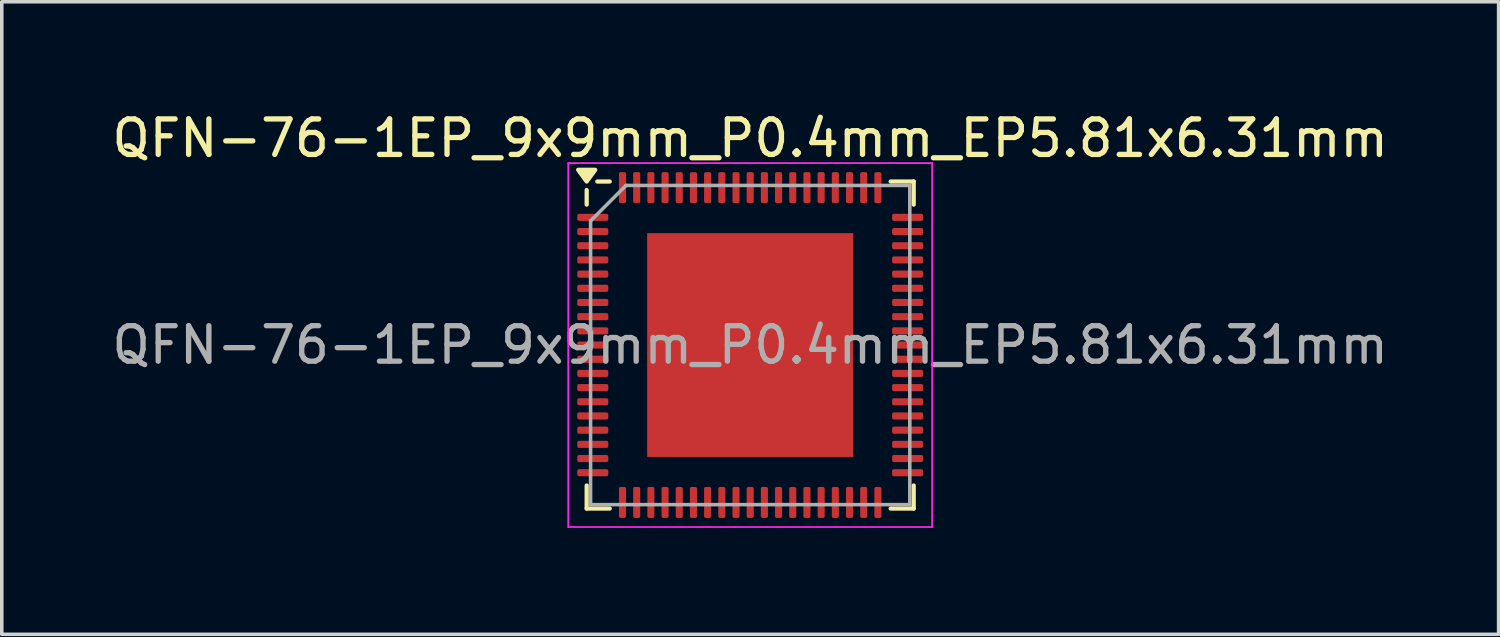
<source format=kicad_pcb>
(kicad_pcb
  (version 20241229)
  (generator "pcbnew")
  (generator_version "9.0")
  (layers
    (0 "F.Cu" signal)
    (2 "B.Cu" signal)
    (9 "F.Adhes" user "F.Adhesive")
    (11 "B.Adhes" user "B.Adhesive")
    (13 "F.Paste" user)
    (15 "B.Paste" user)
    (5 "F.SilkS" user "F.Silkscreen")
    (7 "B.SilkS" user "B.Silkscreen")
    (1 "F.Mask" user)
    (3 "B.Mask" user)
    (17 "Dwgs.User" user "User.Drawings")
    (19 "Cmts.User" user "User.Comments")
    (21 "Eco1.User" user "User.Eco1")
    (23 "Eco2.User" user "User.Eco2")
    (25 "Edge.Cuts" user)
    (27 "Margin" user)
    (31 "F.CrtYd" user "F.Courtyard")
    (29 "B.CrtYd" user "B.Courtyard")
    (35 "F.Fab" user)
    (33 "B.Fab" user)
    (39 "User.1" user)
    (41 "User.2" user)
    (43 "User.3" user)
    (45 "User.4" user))
  (footprint "QFN-76-1EP_9x9mm_P0.4mm_EP5.81x6.31mm"
    (layer "F.Cu")
    (at 18.101 6.678)
    (property "Reference" "QFN-76-1EP_9x9mm_P0.4mm_EP5.81x6.31mm" (at 0 -5.83 0) (layer "F.SilkS") (effects (font (size 1 1) (thickness 0.15))))
    (attr smd)
    (fp_line (start -4.61 -3.96) (end -4.61 -4.37) (stroke (width 0.12) (type solid)) (layer "F.SilkS"))
    (fp_line (start -4.61 4.61) (end -4.61 3.96) (stroke (width 0.12) (type solid)) (layer "F.SilkS"))
    (fp_line (start -3.96 -4.61) (end -4.31 -4.61) (stroke (width 0.12) (type solid)) (layer "F.SilkS"))
    (fp_line (start -3.96 4.61) (end -4.61 4.61) (stroke (width 0.12) (type solid)) (layer "F.SilkS"))
    (fp_line (start 3.96 -4.61) (end 4.61 -4.61) (stroke (width 0.12) (type solid)) (layer "F.SilkS"))
    (fp_line (start 3.96 4.61) (end 4.61 4.61) (stroke (width 0.12) (type solid)) (layer "F.SilkS"))
    (fp_line (start 4.61 -4.61) (end 4.61 -3.96) (stroke (width 0.12) (type solid)) (layer "F.SilkS"))
    (fp_line (start 4.61 4.61) (end 4.61 3.96) (stroke (width 0.12) (type solid)) (layer "F.SilkS"))
    (fp_poly (pts (xy -4.61 -4.61) (xy -4.85 -4.94) (xy -4.37 -4.94) (xy -4.61 -4.61)) (stroke (width 0.12) (type solid)) (fill yes) (layer "F.SilkS"))
    (fp_line (start -5.13 -5.13) (end -5.13 5.13) (stroke (width 0.05) (type solid)) (layer "F.CrtYd"))
    (fp_line (start -5.13 5.13) (end 5.13 5.13) (stroke (width 0.05) (type solid)) (layer "F.CrtYd"))
    (fp_line (start 5.13 -5.13) (end -5.13 -5.13) (stroke (width 0.05) (type solid)) (layer "F.CrtYd"))
    (fp_line (start 5.13 5.13) (end 5.13 -5.13) (stroke (width 0.05) (type solid)) (layer "F.CrtYd"))
    (fp_line (start -4.5 -3.5) (end -3.5 -4.5) (stroke (width 0.1) (type solid)) (layer "F.Fab"))
    (fp_line (start -4.5 4.5) (end -4.5 -3.5) (stroke (width 0.1) (type solid)) (layer "F.Fab"))
    (fp_line (start -3.5 -4.5) (end 4.5 -4.5) (stroke (width 0.1) (type solid)) (layer "F.Fab"))
    (fp_line (start 4.5 -4.5) (end 4.5 4.5) (stroke (width 0.1) (type solid)) (layer "F.Fab"))
    (fp_line (start 4.5 4.5) (end -4.5 4.5) (stroke (width 0.1) (type solid)) (layer "F.Fab"))
    (fp_text user "${REFERENCE}" (at 0 0 0) (layer "F.Fab") (effects (font (size 1 1) (thickness 0.15))))
    (pad "" smd roundrect (at 0 0) (size 4.68 5.09) (layers "F.Paste") (roundrect_rratio 0.053))
    (pad "1" smd roundrect (at -4.438 -3.6) (size 0.875 0.2) (layers "F.Cu" "F.Mask" "F.Paste") (roundrect_rratio 0.25))
    (pad "2" smd roundrect (at -4.438 -3.2) (size 0.875 0.2) (layers "F.Cu" "F.Mask" "F.Paste") (roundrect_rratio 0.25))
    (pad "3" smd roundrect (at -4.438 -2.8) (size 0.875 0.2) (layers "F.Cu" "F.Mask" "F.Paste") (roundrect_rratio 0.25))
    (pad "4" smd roundrect (at -4.438 -2.4) (size 0.875 0.2) (layers "F.Cu" "F.Mask" "F.Paste") (roundrect_rratio 0.25))
    (pad "5" smd roundrect (at -4.438 -2) (size 0.875 0.2) (layers "F.Cu" "F.Mask" "F.Paste") (roundrect_rratio 0.25))
    (pad "6" smd roundrect (at -4.438 -1.6) (size 0.875 0.2) (layers "F.Cu" "F.Mask" "F.Paste") (roundrect_rratio 0.25))
    (pad "7" smd roundrect (at -4.438 -1.2) (size 0.875 0.2) (layers "F.Cu" "F.Mask" "F.Paste") (roundrect_rratio 0.25))
    (pad "8" smd roundrect (at -4.438 -0.8) (size 0.875 0.2) (layers "F.Cu" "F.Mask" "F.Paste") (roundrect_rratio 0.25))
    (pad "9" smd roundrect (at -4.438 -0.4) (size 0.875 0.2) (layers "F.Cu" "F.Mask" "F.Paste") (roundrect_rratio 0.25))
    (pad "10" smd roundrect (at -4.438 0) (size 0.875 0.2) (layers "F.Cu" "F.Mask" "F.Paste") (roundrect_rratio 0.25))
    (pad "11" smd roundrect (at -4.438 0.4) (size 0.875 0.2) (layers "F.Cu" "F.Mask" "F.Paste") (roundrect_rratio 0.25))
    (pad "12" smd roundrect (at -4.438 0.8) (size 0.875 0.2) (layers "F.Cu" "F.Mask" "F.Paste") (roundrect_rratio 0.25))
    (pad "13" smd roundrect (at -4.438 1.2) (size 0.875 0.2) (layers "F.Cu" "F.Mask" "F.Paste") (roundrect_rratio 0.25))
    (pad "14" smd roundrect (at -4.438 1.6) (size 0.875 0.2) (layers "F.Cu" "F.Mask" "F.Paste") (roundrect_rratio 0.25))
    (pad "15" smd roundrect (at -4.438 2) (size 0.875 0.2) (layers "F.Cu" "F.Mask" "F.Paste") (roundrect_rratio 0.25))
    (pad "16" smd roundrect (at -4.438 2.4) (size 0.875 0.2) (layers "F.Cu" "F.Mask" "F.Paste") (roundrect_rratio 0.25))
    (pad "17" smd roundrect (at -4.438 2.8) (size 0.875 0.2) (layers "F.Cu" "F.Mask" "F.Paste") (roundrect_rratio 0.25))
    (pad "18" smd roundrect (at -4.438 3.2) (size 0.875 0.2) (layers "F.Cu" "F.Mask" "F.Paste") (roundrect_rratio 0.25))
    (pad "19" smd roundrect (at -4.438 3.6) (size 0.875 0.2) (layers "F.Cu" "F.Mask" "F.Paste") (roundrect_rratio 0.25))
    (pad "20" smd roundrect (at -3.6 4.438) (size 0.2 0.875) (layers "F.Cu" "F.Mask" "F.Paste") (roundrect_rratio 0.25))
    (pad "21" smd roundrect (at -3.2 4.438) (size 0.2 0.875) (layers "F.Cu" "F.Mask" "F.Paste") (roundrect_rratio 0.25))
    (pad "22" smd roundrect (at -2.8 4.438) (size 0.2 0.875) (layers "F.Cu" "F.Mask" "F.Paste") (roundrect_rratio 0.25))
    (pad "23" smd roundrect (at -2.4 4.438) (size 0.2 0.875) (layers "F.Cu" "F.Mask" "F.Paste") (roundrect_rratio 0.25))
    (pad "24" smd roundrect (at -2 4.438) (size 0.2 0.875) (layers "F.Cu" "F.Mask" "F.Paste") (roundrect_rratio 0.25))
    (pad "25" smd roundrect (at -1.6 4.438) (size 0.2 0.875) (layers "F.Cu" "F.Mask" "F.Paste") (roundrect_rratio 0.25))
    (pad "26" smd roundrect (at -1.2 4.438) (size 0.2 0.875) (layers "F.Cu" "F.Mask" "F.Paste") (roundrect_rratio 0.25))
    (pad "27" smd roundrect (at -0.8 4.438) (size 0.2 0.875) (layers "F.Cu" "F.Mask" "F.Paste") (roundrect_rratio 0.25))
    (pad "28" smd roundrect (at -0.4 4.438) (size 0.2 0.875) (layers "F.Cu" "F.Mask" "F.Paste") (roundrect_rratio 0.25))
    (pad "29" smd roundrect (at 0 4.438) (size 0.2 0.875) (layers "F.Cu" "F.Mask" "F.Paste") (roundrect_rratio 0.25))
    (pad "30" smd roundrect (at 0.4 4.438) (size 0.2 0.875) (layers "F.Cu" "F.Mask" "F.Paste") (roundrect_rratio 0.25))
    (pad "31" smd roundrect (at 0.8 4.438) (size 0.2 0.875) (layers "F.Cu" "F.Mask" "F.Paste") (roundrect_rratio 0.25))
    (pad "32" smd roundrect (at 1.2 4.438) (size 0.2 0.875) (layers "F.Cu" "F.Mask" "F.Paste") (roundrect_rratio 0.25))
    (pad "33" smd roundrect (at 1.6 4.438) (size 0.2 0.875) (layers "F.Cu" "F.Mask" "F.Paste") (roundrect_rratio 0.25))
    (pad "34" smd roundrect (at 2 4.438) (size 0.2 0.875) (layers "F.Cu" "F.Mask" "F.Paste") (roundrect_rratio 0.25))
    (pad "35" smd roundrect (at 2.4 4.438) (size 0.2 0.875) (layers "F.Cu" "F.Mask" "F.Paste") (roundrect_rratio 0.25))
    (pad "36" smd roundrect (at 2.8 4.438) (size 0.2 0.875) (layers "F.Cu" "F.Mask" "F.Paste") (roundrect_rratio 0.25))
    (pad "37" smd roundrect (at 3.2 4.438) (size 0.2 0.875) (layers "F.Cu" "F.Mask" "F.Paste") (roundrect_rratio 0.25))
    (pad "38" smd roundrect (at 3.6 4.438) (size 0.2 0.875) (layers "F.Cu" "F.Mask" "F.Paste") (roundrect_rratio 0.25))
    (pad "39" smd roundrect (at 4.438 3.6) (size 0.875 0.2) (layers "F.Cu" "F.Mask" "F.Paste") (roundrect_rratio 0.25))
    (pad "40" smd roundrect (at 4.438 3.2) (size 0.875 0.2) (layers "F.Cu" "F.Mask" "F.Paste") (roundrect_rratio 0.25))
    (pad "41" smd roundrect (at 4.438 2.8) (size 0.875 0.2) (layers "F.Cu" "F.Mask" "F.Paste") (roundrect_rratio 0.25))
    (pad "42" smd roundrect (at 4.438 2.4) (size 0.875 0.2) (layers "F.Cu" "F.Mask" "F.Paste") (roundrect_rratio 0.25))
    (pad "43" smd roundrect (at 4.438 2) (size 0.875 0.2) (layers "F.Cu" "F.Mask" "F.Paste") (roundrect_rratio 0.25))
    (pad "44" smd roundrect (at 4.438 1.6) (size 0.875 0.2) (layers "F.Cu" "F.Mask" "F.Paste") (roundrect_rratio 0.25))
    (pad "45" smd roundrect (at 4.438 1.2) (size 0.875 0.2) (layers "F.Cu" "F.Mask" "F.Paste") (roundrect_rratio 0.25))
    (pad "46" smd roundrect (at 4.438 0.8) (size 0.875 0.2) (layers "F.Cu" "F.Mask" "F.Paste") (roundrect_rratio 0.25))
    (pad "47" smd roundrect (at 4.438 0.4) (size 0.875 0.2) (layers "F.Cu" "F.Mask" "F.Paste") (roundrect_rratio 0.25))
    (pad "48" smd roundrect (at 4.438 0) (size 0.875 0.2) (layers "F.Cu" "F.Mask" "F.Paste") (roundrect_rratio 0.25))
    (pad "49" smd roundrect (at 4.438 -0.4) (size 0.875 0.2) (layers "F.Cu" "F.Mask" "F.Paste") (roundrect_rratio 0.25))
    (pad "50" smd roundrect (at 4.438 -0.8) (size 0.875 0.2) (layers "F.Cu" "F.Mask" "F.Paste") (roundrect_rratio 0.25))
    (pad "51" smd roundrect (at 4.438 -1.2) (size 0.875 0.2) (layers "F.Cu" "F.Mask" "F.Paste") (roundrect_rratio 0.25))
    (pad "52" smd roundrect (at 4.438 -1.6) (size 0.875 0.2) (layers "F.Cu" "F.Mask" "F.Paste") (roundrect_rratio 0.25))
    (pad "53" smd roundrect (at 4.438 -2) (size 0.875 0.2) (layers "F.Cu" "F.Mask" "F.Paste") (roundrect_rratio 0.25))
    (pad "54" smd roundrect (at 4.438 -2.4) (size 0.875 0.2) (layers "F.Cu" "F.Mask" "F.Paste") (roundrect_rratio 0.25))
    (pad "55" smd roundrect (at 4.438 -2.8) (size 0.875 0.2) (layers "F.Cu" "F.Mask" "F.Paste") (roundrect_rratio 0.25))
    (pad "56" smd roundrect (at 4.438 -3.2) (size 0.875 0.2) (layers "F.Cu" "F.Mask" "F.Paste") (roundrect_rratio 0.25))
    (pad "57" smd roundrect (at 4.438 -3.6) (size 0.875 0.2) (layers "F.Cu" "F.Mask" "F.Paste") (roundrect_rratio 0.25))
    (pad "58" smd roundrect (at 3.6 -4.438) (size 0.2 0.875) (layers "F.Cu" "F.Mask" "F.Paste") (roundrect_rratio 0.25))
    (pad "59" smd roundrect (at 3.2 -4.438) (size 0.2 0.875) (layers "F.Cu" "F.Mask" "F.Paste") (roundrect_rratio 0.25))
    (pad "60" smd roundrect (at 2.8 -4.438) (size 0.2 0.875) (layers "F.Cu" "F.Mask" "F.Paste") (roundrect_rratio 0.25))
    (pad "61" smd roundrect (at 2.4 -4.438) (size 0.2 0.875) (layers "F.Cu" "F.Mask" "F.Paste") (roundrect_rratio 0.25))
    (pad "62" smd roundrect (at 2 -4.438) (size 0.2 0.875) (layers "F.Cu" "F.Mask" "F.Paste") (roundrect_rratio 0.25))
    (pad "63" smd roundrect (at 1.6 -4.438) (size 0.2 0.875) (layers "F.Cu" "F.Mask" "F.Paste") (roundrect_rratio 0.25))
    (pad "64" smd roundrect (at 1.2 -4.438) (size 0.2 0.875) (layers "F.Cu" "F.Mask" "F.Paste") (roundrect_rratio 0.25))
    (pad "65" smd roundrect (at 0.8 -4.438) (size 0.2 0.875) (layers "F.Cu" "F.Mask" "F.Paste") (roundrect_rratio 0.25))
    (pad "66" smd roundrect (at 0.4 -4.438) (size 0.2 0.875) (layers "F.Cu" "F.Mask" "F.Paste") (roundrect_rratio 0.25))
    (pad "67" smd roundrect (at 0 -4.438) (size 0.2 0.875) (layers "F.Cu" "F.Mask" "F.Paste") (roundrect_rratio 0.25))
    (pad "68" smd roundrect (at -0.4 -4.438) (size 0.2 0.875) (layers "F.Cu" "F.Mask" "F.Paste") (roundrect_rratio 0.25))
    (pad "69" smd roundrect (at -0.8 -4.438) (size 0.2 0.875) (layers "F.Cu" "F.Mask" "F.Paste") (roundrect_rratio 0.25))
    (pad "70" smd roundrect (at -1.2 -4.438) (size 0.2 0.875) (layers "F.Cu" "F.Mask" "F.Paste") (roundrect_rratio 0.25))
    (pad "71" smd roundrect (at -1.6 -4.438) (size 0.2 0.875) (layers "F.Cu" "F.Mask" "F.Paste") (roundrect_rratio 0.25))
    (pad "72" smd roundrect (at -2 -4.438) (size 0.2 0.875) (layers "F.Cu" "F.Mask" "F.Paste") (roundrect_rratio 0.25))
    (pad "73" smd roundrect (at -2.4 -4.438) (size 0.2 0.875) (layers "F.Cu" "F.Mask" "F.Paste") (roundrect_rratio 0.25))
    (pad "74" smd roundrect (at -2.8 -4.438) (size 0.2 0.875) (layers "F.Cu" "F.Mask" "F.Paste") (roundrect_rratio 0.25))
    (pad "75" smd roundrect (at -3.2 -4.438) (size 0.2 0.875) (layers "F.Cu" "F.Mask" "F.Paste") (roundrect_rratio 0.25))
    (pad "76" smd roundrect (at -3.6 -4.438) (size 0.2 0.875) (layers "F.Cu" "F.Mask" "F.Paste") (roundrect_rratio 0.25))
    (pad "77" smd rect (at 0 0) (size 5.81 6.31) (property pad_prop_heatsink) (layers "F.Cu" "F.Mask")))
  (gr_rect
    (start -3 -3)
    (end 39.202 14.833)
    (stroke (width 0.1) (type default))
    (fill no)
    (layer "Edge.Cuts")))
</source>
